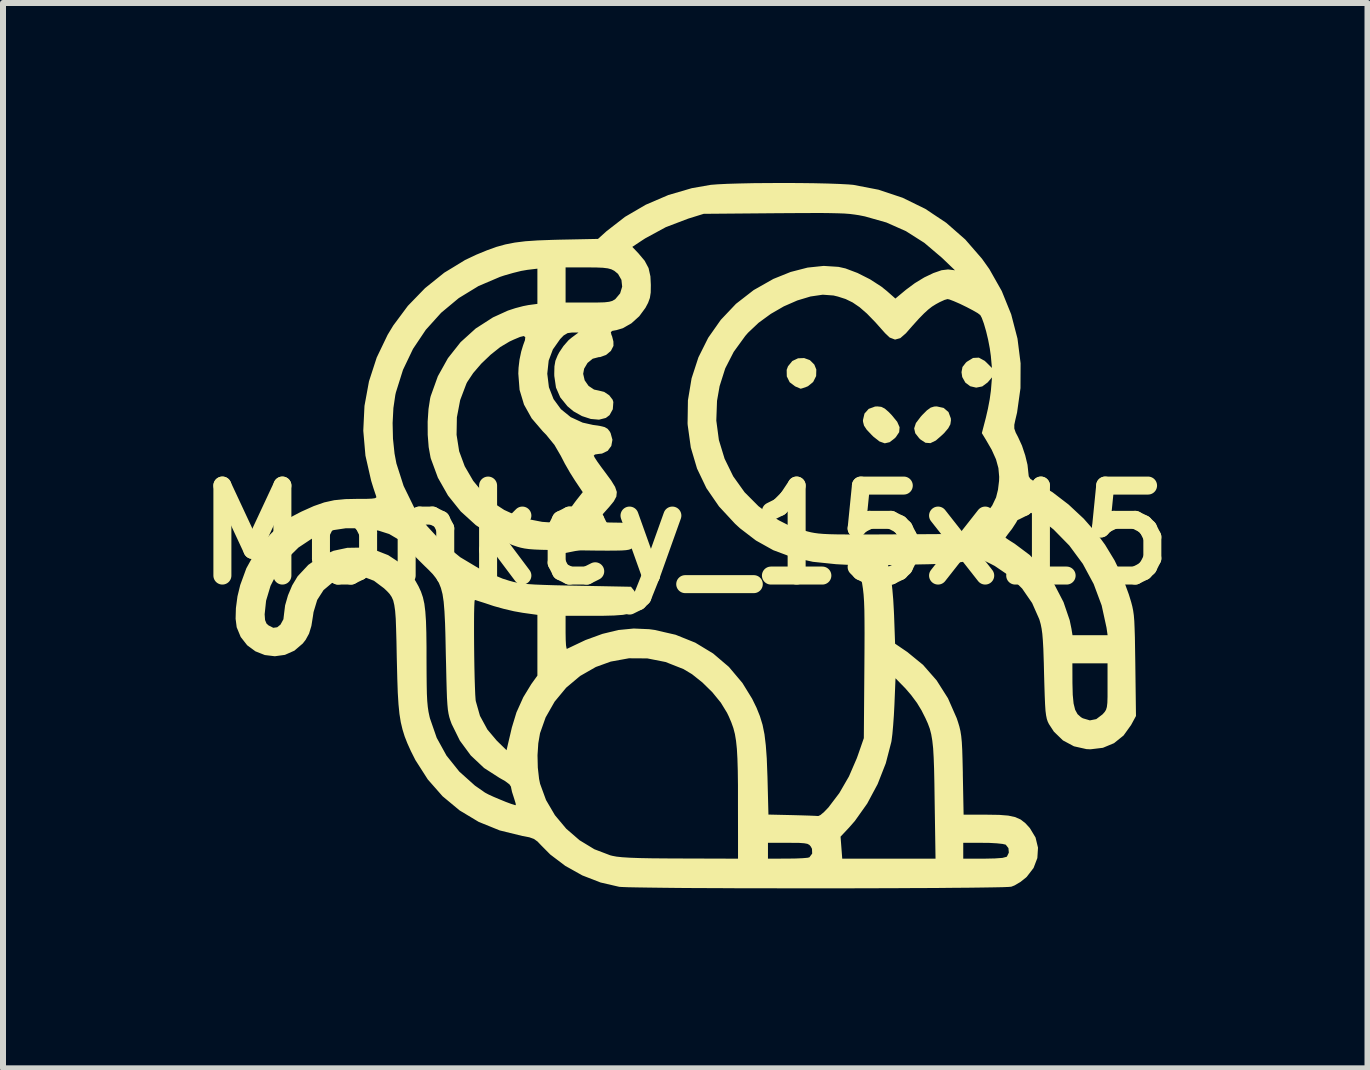
<source format=kicad_pcb>
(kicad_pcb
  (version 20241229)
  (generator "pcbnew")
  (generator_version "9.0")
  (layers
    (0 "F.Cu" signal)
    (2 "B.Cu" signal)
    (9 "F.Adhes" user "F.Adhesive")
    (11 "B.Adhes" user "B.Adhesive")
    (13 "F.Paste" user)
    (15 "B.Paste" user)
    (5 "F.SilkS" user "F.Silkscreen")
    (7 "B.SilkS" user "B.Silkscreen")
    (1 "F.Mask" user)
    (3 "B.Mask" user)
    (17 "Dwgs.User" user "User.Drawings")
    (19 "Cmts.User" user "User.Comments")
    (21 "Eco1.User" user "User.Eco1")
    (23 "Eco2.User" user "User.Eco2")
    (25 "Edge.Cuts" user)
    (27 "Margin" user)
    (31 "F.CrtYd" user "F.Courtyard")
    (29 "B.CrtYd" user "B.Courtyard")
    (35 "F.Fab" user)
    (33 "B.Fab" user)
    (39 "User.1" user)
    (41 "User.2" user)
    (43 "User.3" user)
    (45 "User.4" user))
  (footprint "Monkey_15x15"
    (layer "F.Cu")
    (at 8.371 5.865)
    (property "Reference" "Monkey_15x15" (at 0 0 0) (layer "F.SilkS") (effects (font (size 1.5 1.5) (thickness 0.3))))
    (attr board_only exclude_from_pos_files exclude_from_bom)
    (fp_poly (pts (xy 2.078 -2.912) (xy 2.152 -2.838) (xy 2.185 -2.756) (xy 2.182 -2.647) (xy 2.132 -2.548) (xy 2.046 -2.478) (xy 2.02 -2.467) (xy 1.957 -2.445) (xy 1.925 -2.436) (xy 1.924 -2.436) (xy 1.898 -2.447) (xy 1.839 -2.472) (xy 1.829 -2.477) (xy 1.741 -2.544) (xy 1.693 -2.641) (xy 1.691 -2.75) (xy 1.713 -2.81) (xy 1.785 -2.898) (xy 1.88 -2.943) (xy 1.982 -2.947)) (stroke (width 0) (type solid)) (fill yes) (layer "F.SilkS"))
    (fp_poly (pts (xy 3.267 -2.134) (xy 3.326 -2.105) (xy 3.395 -2.045) (xy 3.442 -1.996) (xy 3.533 -1.885) (xy 3.573 -1.794) (xy 3.566 -1.712) (xy 3.511 -1.63) (xy 3.493 -1.611) (xy 3.408 -1.545) (xy 3.326 -1.526) (xy 3.238 -1.557) (xy 3.135 -1.638) (xy 3.105 -1.668) (xy 3.024 -1.754) (xy 2.98 -1.821) (xy 2.964 -1.884) (xy 2.962 -1.912) (xy 2.988 -2.022) (xy 3.058 -2.1) (xy 3.164 -2.139) (xy 3.202 -2.141)) (stroke (width 0) (type solid)) (fill yes) (layer "F.SilkS"))
    (fp_poly (pts (xy 4.307 -2.116) (xy 4.388 -2.047) (xy 4.427 -1.942) (xy 4.429 -1.908) (xy 4.419 -1.842) (xy 4.384 -1.777) (xy 4.315 -1.696) (xy 4.286 -1.668) (xy 4.178 -1.573) (xy 4.087 -1.529) (xy 4.005 -1.535) (xy 3.922 -1.589) (xy 3.899 -1.611) (xy 3.834 -1.694) (xy 3.816 -1.775) (xy 3.845 -1.864) (xy 3.925 -1.969) (xy 3.949 -1.996) (xy 4.029 -2.076) (xy 4.091 -2.121) (xy 4.15 -2.139) (xy 4.193 -2.141)) (stroke (width 0) (type solid)) (fill yes) (layer "F.SilkS"))
    (fp_poly (pts (xy 1.902 -5.864) (xy 2.148 -5.861) (xy 2.373 -5.856) (xy 2.567 -5.849) (xy 2.719 -5.841) (xy 2.801 -5.834) (xy 3.222 -5.753) (xy 3.623 -5.619) (xy 4.001 -5.434) (xy 4.351 -5.201) (xy 4.668 -4.923) (xy 4.946 -4.603) (xy 5.069 -4.43) (xy 5.276 -4.064) (xy 5.433 -3.676) (xy 5.538 -3.272) (xy 5.59 -2.86) (xy 5.588 -2.446) (xy 5.531 -2.038) (xy 5.503 -1.92) (xy 5.485 -1.835) (xy 5.485 -1.772) (xy 5.508 -1.706) (xy 5.548 -1.629) (xy 5.613 -1.487) (xy 5.667 -1.325) (xy 5.705 -1.168) (xy 5.719 -1.037) (xy 5.719 -1.036) (xy 5.726 -0.975) (xy 5.753 -0.933) (xy 5.816 -0.891) (xy 5.859 -0.868) (xy 6.124 -0.709) (xy 6.39 -0.505) (xy 6.642 -0.27) (xy 6.866 -0.016) (xy 6.998 0.165) (xy 7.157 0.427) (xy 7.285 0.694) (xy 7.393 0.99) (xy 7.411 1.048) (xy 7.434 1.124) (xy 7.452 1.193) (xy 7.466 1.262) (xy 7.477 1.34) (xy 7.485 1.436) (xy 7.49 1.557) (xy 7.495 1.711) (xy 7.498 1.907) (xy 7.502 2.154) (xy 7.502 2.162) (xy 7.513 3.019) (xy 7.431 3.17) (xy 7.306 3.344) (xy 7.147 3.472) (xy 6.962 3.549) (xy 6.755 3.574) (xy 6.688 3.571) (xy 6.479 3.524) (xy 6.296 3.426) (xy 6.145 3.28) (xy 6.062 3.153) (xy 6.042 3.112) (xy 6.027 3.067) (xy 6.015 3.009) (xy 6.005 2.932) (xy 5.998 2.826) (xy 5.992 2.683) (xy 5.986 2.496) (xy 5.981 2.317) (xy 5.977 2.141) (xy 6.453 2.141) (xy 6.454 2.471) (xy 6.459 2.665) (xy 6.473 2.81) (xy 6.499 2.915) (xy 6.539 2.988) (xy 6.596 3.039) (xy 6.627 3.057) (xy 6.745 3.092) (xy 6.851 3.071) (xy 6.954 2.993) (xy 6.959 2.988) (xy 6.992 2.951) (xy 7.014 2.915) (xy 7.028 2.868) (xy 7.036 2.799) (xy 7.039 2.695) (xy 7.039 2.546) (xy 7.039 2.522) (xy 7.039 2.141) (xy 6.746 2.141) (xy 6.453 2.141) (xy 5.977 2.141) (xy 5.975 2.085) (xy 5.969 1.902) (xy 5.961 1.76) (xy 5.952 1.65) (xy 5.94 1.563) (xy 5.925 1.489) (xy 5.906 1.421) (xy 5.9 1.403) (xy 5.782 1.136) (xy 5.616 0.895) (xy 5.406 0.686) (xy 5.159 0.518) (xy 5.09 0.482) (xy 4.877 0.377) (xy 4.719 0.427) (xy 4.643 0.447) (xy 4.546 0.462) (xy 4.419 0.474) (xy 4.254 0.483) (xy 4.041 0.49) (xy 3.971 0.491) (xy 3.381 0.504) (xy 3.422 0.685) (xy 3.438 0.778) (xy 3.453 0.915) (xy 3.467 1.079) (xy 3.477 1.256) (xy 3.481 1.339) (xy 3.498 1.814) (xy 3.701 1.952) (xy 3.963 2.166) (xy 4.19 2.425) (xy 4.379 2.723) (xy 4.525 3.055) (xy 4.548 3.124) (xy 4.57 3.197) (xy 4.587 3.27) (xy 4.6 3.352) (xy 4.61 3.453) (xy 4.617 3.582) (xy 4.622 3.749) (xy 4.627 3.964) (xy 4.627 3.996) (xy 4.64 4.664) (xy 5.034 4.664) (xy 5.233 4.667) (xy 5.384 4.679) (xy 5.5 4.704) (xy 5.592 4.745) (xy 5.67 4.806) (xy 5.744 4.887) (xy 5.839 5.044) (xy 5.88 5.214) (xy 5.869 5.387) (xy 5.806 5.552) (xy 5.693 5.699) (xy 5.678 5.713) (xy 5.586 5.786) (xy 5.489 5.843) (xy 5.435 5.864) (xy 5.391 5.868) (xy 5.292 5.872) (xy 5.144 5.875) (xy 4.952 5.878) (xy 4.72 5.881) (xy 4.452 5.883) (xy 4.154 5.886) (xy 3.83 5.887) (xy 3.485 5.889) (xy 3.123 5.89) (xy 2.749 5.891) (xy 2.368 5.891) (xy 1.985 5.891) (xy 1.604 5.891) (xy 1.23 5.89) (xy 0.867 5.89) (xy 0.521 5.888) (xy 0.195 5.887) (xy -0.104 5.885) (xy -0.374 5.882) (xy -0.609 5.879) (xy -0.804 5.876) (xy -0.954 5.873) (xy -1.056 5.869) (xy -1.1 5.866) (xy -1.411 5.794) (xy -1.715 5.676) (xy -1.998 5.518) (xy -2.249 5.328) (xy -2.397 5.179) (xy -2.462 5.111) (xy -2.522 5.068) (xy -2.597 5.041) (xy -2.708 5.019) (xy -2.713 5.019) (xy -3.092 4.926) (xy -3.442 4.784) (xy -3.76 4.593) (xy -4.044 4.357) (xy -4.291 4.076) (xy -4.497 3.754) (xy -4.573 3.603) (xy -4.63 3.477) (xy -4.676 3.36) (xy -4.712 3.244) (xy -4.741 3.122) (xy -4.763 2.985) (xy -4.779 2.824) (xy -4.791 2.632) (xy -4.799 2.4) (xy -4.806 2.119) (xy -4.808 2.038) (xy -4.813 1.775) (xy -4.819 1.564) (xy -4.825 1.397) (xy -4.835 1.267) (xy -4.849 1.169) (xy -4.867 1.093) (xy -4.893 1.035) (xy -4.926 0.986) (xy -4.969 0.939) (xy -5.02 0.891) (xy -5.188 0.765) (xy -5.365 0.697) (xy -5.552 0.687) (xy -5.694 0.714) (xy -5.882 0.797) (xy -6.029 0.921) (xy -6.134 1.085) (xy -6.195 1.287) (xy -6.204 1.349) (xy -6.231 1.518) (xy -6.27 1.646) (xy -6.327 1.75) (xy -6.375 1.811) (xy -6.514 1.93) (xy -6.672 2) (xy -6.84 2.023) (xy -7.007 2.003) (xy -7.164 1.941) (xy -7.301 1.84) (xy -7.409 1.702) (xy -7.476 1.54) (xy -7.494 1.398) (xy -7.492 1.324) (xy -7.01 1.324) (xy -7.003 1.42) (xy -6.979 1.478) (xy -6.945 1.509) (xy -6.866 1.549) (xy -6.801 1.54) (xy -6.746 1.496) (xy -6.697 1.406) (xy -6.687 1.32) (xy -6.669 1.175) (xy -6.621 1.008) (xy -6.551 0.842) (xy -6.466 0.7) (xy -6.457 0.687) (xy -6.282 0.5) (xy -6.082 0.36) (xy -5.862 0.265) (xy -5.632 0.216) (xy -5.398 0.212) (xy -5.169 0.253) (xy -4.951 0.338) (xy -4.753 0.468) (xy -4.582 0.642) (xy -4.496 0.767) (xy -4.445 0.858) (xy -4.404 0.947) (xy -4.372 1.041) (xy -4.348 1.148) (xy -4.332 1.277) (xy -4.321 1.436) (xy -4.315 1.631) (xy -4.312 1.873) (xy -4.312 2.055) (xy -4.311 2.299) (xy -4.309 2.494) (xy -4.306 2.648) (xy -4.3 2.769) (xy -4.291 2.866) (xy -4.279 2.948) (xy -4.263 3.024) (xy -4.255 3.057) (xy -4.142 3.383) (xy -3.979 3.679) (xy -3.766 3.945) (xy -3.505 4.179) (xy -3.337 4.296) (xy -3.281 4.326) (xy -3.194 4.366) (xy -3.092 4.409) (xy -2.99 4.451) (xy -2.901 4.484) (xy -2.841 4.503) (xy -2.823 4.505) (xy -2.827 4.475) (xy -2.847 4.409) (xy -2.859 4.371) (xy -2.887 4.284) (xy -2.902 4.214) (xy -2.904 4.198) (xy -2.93 4.158) (xy -3.002 4.104) (xy -3.097 4.05) (xy -3.352 3.886) (xy -3.574 3.677) (xy -3.577 3.673) (xy -2.462 3.673) (xy -2.457 3.879) (xy -2.436 4.067) (xy -2.419 4.149) (xy -2.32 4.42) (xy -2.172 4.672) (xy -1.983 4.898) (xy -1.761 5.09) (xy -1.514 5.24) (xy -1.249 5.341) (xy -1.213 5.35) (xy -1.144 5.363) (xy -1.049 5.373) (xy -0.923 5.381) (xy -0.758 5.387) (xy -0.551 5.391) (xy -0.295 5.393) (xy -0.081 5.394) (xy 0.88 5.397) (xy 0.88 5.133) (xy 1.379 5.133) (xy 1.379 5.265) (xy 1.379 5.397) (xy 1.708 5.396) (xy 1.844 5.394) (xy 1.958 5.389) (xy 2.038 5.382) (xy 2.07 5.374) (xy 2.116 5.312) (xy 2.113 5.233) (xy 2.093 5.195) (xy 2.07 5.168) (xy 2.037 5.15) (xy 1.983 5.14) (xy 1.898 5.134) (xy 1.768 5.133) (xy 1.714 5.133) (xy 1.379 5.133) (xy 0.88 5.133) (xy 0.88 5.03) (xy 2.589 5.03) (xy 2.603 5.213) (xy 2.617 5.397) (xy 3.395 5.397) (xy 4.172 5.397) (xy 4.168 5.133) (xy 4.634 5.133) (xy 4.634 5.265) (xy 4.634 5.397) (xy 4.98 5.397) (xy 5.162 5.393) (xy 5.287 5.384) (xy 5.353 5.367) (xy 5.362 5.362) (xy 5.394 5.296) (xy 5.387 5.221) (xy 5.344 5.166) (xy 5.34 5.163) (xy 5.288 5.151) (xy 5.193 5.141) (xy 5.068 5.134) (xy 4.959 5.133) (xy 4.634 5.133) (xy 4.168 5.133) (xy 4.157 4.422) (xy 4.153 4.136) (xy 4.148 3.901) (xy 4.141 3.71) (xy 4.132 3.555) (xy 4.118 3.428) (xy 4.1 3.322) (xy 4.076 3.23) (xy 4.044 3.144) (xy 4.004 3.055) (xy 3.955 2.958) (xy 3.939 2.926) (xy 3.863 2.801) (xy 3.764 2.668) (xy 3.67 2.559) (xy 3.505 2.39) (xy 3.487 2.83) (xy 3.478 3.003) (xy 3.466 3.171) (xy 3.453 3.319) (xy 3.439 3.429) (xy 3.435 3.452) (xy 3.343 3.807) (xy 3.207 4.154) (xy 3.033 4.479) (xy 2.828 4.768) (xy 2.73 4.88) (xy 2.589 5.03) (xy 0.88 5.03) (xy 0.879 4.466) (xy 0.879 4.172) (xy 0.876 3.929) (xy 0.87 3.73) (xy 0.861 3.567) (xy 0.847 3.433) (xy 0.828 3.319) (xy 0.802 3.219) (xy 0.768 3.124) (xy 0.727 3.028) (xy 0.696 2.964) (xy 0.593 2.796) (xy 0.452 2.623) (xy 0.286 2.46) (xy 0.113 2.322) (xy -0.029 2.237) (xy -0.328 2.119) (xy -0.632 2.059) (xy -0.938 2.057) (xy -1.241 2.112) (xy -1.49 2.202) (xy -1.752 2.352) (xy -1.984 2.547) (xy -2.177 2.78) (xy -2.327 3.043) (xy -2.42 3.306) (xy -2.449 3.474) (xy -2.462 3.673) (xy -3.577 3.673) (xy -3.756 3.43) (xy -3.892 3.154) (xy -3.894 3.149) (xy -3.915 3.092) (xy -3.932 3.038) (xy -3.945 2.981) (xy -3.956 2.913) (xy -3.964 2.827) (xy -3.971 2.716) (xy -3.976 2.572) (xy -3.981 2.388) (xy -3.986 2.157) (xy -3.99 2.009) (xy -3.996 1.715) (xy -3.998 1.633) (xy -3.52 1.633) (xy -3.519 1.821) (xy -3.517 2.014) (xy -3.514 2.203) (xy -3.51 2.38) (xy -3.505 2.535) (xy -3.5 2.66) (xy -3.494 2.747) (xy -3.491 2.77) (xy -3.421 3.017) (xy -3.297 3.245) (xy -3.141 3.43) (xy -2.978 3.589) (xy -2.958 3.503) (xy -2.941 3.43) (xy -2.916 3.324) (xy -2.89 3.212) (xy -2.813 2.959) (xy -2.699 2.706) (xy -2.566 2.488) (xy -2.464 2.346) (xy -2.464 1.84) (xy -2.464 1.333) (xy -2.709 1.299) (xy -2.855 1.273) (xy -3.025 1.233) (xy -3.187 1.188) (xy -3.224 1.176) (xy -3.34 1.137) (xy -3.435 1.107) (xy -3.493 1.088) (xy -3.507 1.085) (xy -3.512 1.113) (xy -3.516 1.191) (xy -3.519 1.309) (xy -3.52 1.459) (xy -3.52 1.633) (xy -3.998 1.633) (xy -4.003 1.473) (xy -4.013 1.275) (xy -4.026 1.116) (xy -4.045 0.988) (xy -4.072 0.885) (xy -4.106 0.8) (xy -4.152 0.725) (xy -4.208 0.654) (xy -4.279 0.581) (xy -4.334 0.528) (xy -4.442 0.421) (xy -4.552 0.308) (xy -4.645 0.209) (xy -4.664 0.188) (xy -4.789 0.071) (xy -4.934 -0.014) (xy -5.109 -0.07) (xy -5.325 -0.103) (xy -5.428 -0.11) (xy -5.658 -0.11) (xy -5.859 -0.08) (xy -6.055 -0.016) (xy -6.232 0.069) (xy -6.446 0.211) (xy -6.634 0.396) (xy -6.792 0.613) (xy -6.912 0.85) (xy -6.986 1.097) (xy -7.01 1.324) (xy -7.492 1.324) (xy -7.489 1.221) (xy -7.463 1.025) (xy -7.417 0.836) (xy -7.315 0.557) (xy -7.179 0.311) (xy -7 0.081) (xy -6.906 -0.019) (xy -6.782 -0.139) (xy -6.675 -0.228) (xy -6.565 -0.3) (xy -6.432 -0.37) (xy -6.392 -0.39) (xy -6.191 -0.48) (xy -6.017 -0.541) (xy -5.849 -0.578) (xy -5.664 -0.596) (xy -5.462 -0.6) (xy -5.318 -0.6) (xy -5.224 -0.604) (xy -5.171 -0.611) (xy -5.149 -0.624) (xy -5.151 -0.644) (xy -5.151 -0.644) (xy -5.168 -0.693) (xy -5.197 -0.78) (xy -5.231 -0.89) (xy -5.237 -0.912) (xy -5.33 -1.321) (xy -5.366 -1.736) (xy -5.36 -1.864) (xy -4.877 -1.864) (xy -4.871 -1.603) (xy -4.845 -1.355) (xy -4.814 -1.191) (xy -4.694 -0.816) (xy -4.524 -0.468) (xy -4.307 -0.151) (xy -4.048 0.13) (xy -3.749 0.373) (xy -3.413 0.574) (xy -3.045 0.729) (xy -2.928 0.766) (xy -2.861 0.784) (xy -2.793 0.799) (xy -2.717 0.811) (xy -2.623 0.82) (xy -2.505 0.828) (xy -2.355 0.834) (xy -2.165 0.84) (xy -1.927 0.845) (xy -1.809 0.847) (xy -0.904 0.865) (xy -0.848 0.934) (xy -0.806 1.013) (xy -0.792 1.086) (xy -0.797 1.169) (xy -0.818 1.233) (xy -0.86 1.28) (xy -0.931 1.313) (xy -1.037 1.333) (xy -1.185 1.344) (xy -1.381 1.349) (xy -1.494 1.349) (xy -1.994 1.349) (xy -1.994 1.63) (xy -1.992 1.749) (xy -1.987 1.84) (xy -1.978 1.893) (xy -1.972 1.9) (xy -1.662 1.753) (xy -1.379 1.65) (xy -1.115 1.586) (xy -0.859 1.561) (xy -0.602 1.572) (xy -0.513 1.584) (xy -0.16 1.665) (xy 0.168 1.797) (xy 0.465 1.977) (xy 0.728 2.201) (xy 0.953 2.468) (xy 1.115 2.731) (xy 1.188 2.88) (xy 1.245 3.022) (xy 1.289 3.166) (xy 1.321 3.324) (xy 1.343 3.507) (xy 1.359 3.724) (xy 1.369 3.987) (xy 1.371 4.039) (xy 1.387 4.662) (xy 1.786 4.671) (xy 1.935 4.675) (xy 2.064 4.679) (xy 2.161 4.683) (xy 2.214 4.686) (xy 2.219 4.686) (xy 2.255 4.669) (xy 2.315 4.618) (xy 2.387 4.543) (xy 2.39 4.539) (xy 2.569 4.303) (xy 2.729 4.026) (xy 2.86 3.723) (xy 2.878 3.673) (xy 2.977 3.388) (xy 2.986 2.204) (xy 2.988 1.896) (xy 2.989 1.64) (xy 2.988 1.429) (xy 2.986 1.256) (xy 2.981 1.114) (xy 2.973 0.996) (xy 2.962 0.897) (xy 2.948 0.807) (xy 2.93 0.722) (xy 2.908 0.634) (xy 2.903 0.613) (xy 2.875 0.508) (xy 2.515 0.489) (xy 2.128 0.449) (xy 1.781 0.372) (xy 1.467 0.255) (xy 1.179 0.094) (xy 1.116 0.046) (xy 5.338 0.046) (xy 5.361 0.064) (xy 5.42 0.103) (xy 5.49 0.147) (xy 5.74 0.334) (xy 5.964 0.565) (xy 6.155 0.831) (xy 6.305 1.12) (xy 6.408 1.422) (xy 6.437 1.562) (xy 6.455 1.672) (xy 6.748 1.672) (xy 7.04 1.672) (xy 7.022 1.547) (xy 6.941 1.176) (xy 6.808 0.819) (xy 6.627 0.483) (xy 6.402 0.178) (xy 6.139 -0.09) (xy 5.939 -0.249) (xy 5.816 -0.335) (xy 5.732 -0.39) (xy 5.675 -0.414) (xy 5.637 -0.409) (xy 5.609 -0.378) (xy 5.579 -0.32) (xy 5.574 -0.31) (xy 5.514 -0.203) (xy 5.444 -0.096) (xy 5.424 -0.071) (xy 5.374 -0.006) (xy 5.343 0.037) (xy 5.338 0.046) (xy 1.116 0.046) (xy 0.91 -0.112) (xy 0.829 -0.187) (xy 0.563 -0.474) (xy 0.353 -0.779) (xy 0.197 -1.105) (xy 0.093 -1.456) (xy 0.041 -1.832) (xy 0.039 -1.862) (xy 0.04 -1.905) (xy 0.518 -1.905) (xy 0.561 -1.581) (xy 0.656 -1.27) (xy 0.799 -0.977) (xy 0.989 -0.711) (xy 1.221 -0.478) (xy 1.403 -0.341) (xy 1.561 -0.242) (xy 1.705 -0.169) (xy 1.858 -0.11) (xy 2.038 -0.057) (xy 2.095 -0.043) (xy 2.154 -0.032) (xy 2.221 -0.023) (xy 2.304 -0.016) (xy 2.408 -0.011) (xy 2.541 -0.008) (xy 2.708 -0.007) (xy 2.915 -0.006) (xy 3.17 -0.007) (xy 3.402 -0.008) (xy 4.561 -0.015) (xy 4.711 -0.094) (xy 4.863 -0.197) (xy 5.004 -0.335) (xy 5.117 -0.49) (xy 5.181 -0.624) (xy 5.213 -0.752) (xy 5.231 -0.9) (xy 5.233 -0.968) (xy 5.22 -1.113) (xy 5.18 -1.259) (xy 5.108 -1.419) (xy 5.01 -1.588) (xy 4.944 -1.696) (xy 5.011 -1.953) (xy 5.045 -2.101) (xy 5.075 -2.259) (xy 5.094 -2.397) (xy 5.096 -2.417) (xy 5.113 -2.625) (xy 5.041 -2.541) (xy 4.951 -2.474) (xy 4.85 -2.454) (xy 4.751 -2.477) (xy 4.669 -2.538) (xy 4.617 -2.631) (xy 4.605 -2.712) (xy 4.621 -2.798) (xy 4.678 -2.871) (xy 4.695 -2.886) (xy 4.798 -2.949) (xy 4.894 -2.954) (xy 4.991 -2.901) (xy 5.022 -2.872) (xy 5.112 -2.782) (xy 5.094 -2.982) (xy 5.076 -3.11) (xy 5.049 -3.252) (xy 5.015 -3.394) (xy 4.978 -3.521) (xy 4.943 -3.617) (xy 4.918 -3.663) (xy 4.875 -3.696) (xy 4.793 -3.743) (xy 4.69 -3.797) (xy 4.579 -3.851) (xy 4.478 -3.895) (xy 4.402 -3.924) (xy 4.372 -3.93) (xy 4.322 -3.916) (xy 4.243 -3.88) (xy 4.18 -3.846) (xy 4.114 -3.805) (xy 4.05 -3.755) (xy 3.979 -3.69) (xy 3.893 -3.602) (xy 3.784 -3.481) (xy 3.678 -3.36) (xy 3.585 -3.279) (xy 3.497 -3.255) (xy 3.408 -3.289) (xy 3.332 -3.361) (xy 3.168 -3.545) (xy 3.029 -3.688) (xy 2.906 -3.795) (xy 2.79 -3.874) (xy 2.673 -3.931) (xy 2.545 -3.972) (xy 2.471 -3.99) (xy 2.292 -4.003) (xy 2.087 -3.973) (xy 1.868 -3.907) (xy 1.644 -3.809) (xy 1.426 -3.683) (xy 1.223 -3.535) (xy 1.047 -3.369) (xy 1.001 -3.316) (xy 0.808 -3.05) (xy 0.667 -2.775) (xy 0.573 -2.479) (xy 0.53 -2.234) (xy 0.518 -1.905) (xy 0.04 -1.905) (xy 0.045 -2.242) (xy 0.106 -2.609) (xy 0.22 -2.959) (xy 0.383 -3.285) (xy 0.593 -3.584) (xy 0.846 -3.851) (xy 1.141 -4.08) (xy 1.469 -4.266) (xy 1.757 -4.382) (xy 2.04 -4.455) (xy 2.308 -4.483) (xy 2.555 -4.467) (xy 2.671 -4.441) (xy 2.872 -4.365) (xy 3.08 -4.26) (xy 3.269 -4.138) (xy 3.359 -4.066) (xy 3.503 -3.939) (xy 3.68 -4.086) (xy 3.828 -4.196) (xy 3.984 -4.291) (xy 4.137 -4.364) (xy 4.273 -4.411) (xy 4.38 -4.424) (xy 4.389 -4.423) (xy 4.496 -4.41) (xy 4.279 -4.618) (xy 3.986 -4.867) (xy 3.679 -5.062) (xy 3.352 -5.207) (xy 2.995 -5.308) (xy 2.97 -5.313) (xy 2.895 -5.328) (xy 2.822 -5.339) (xy 2.743 -5.349) (xy 2.653 -5.356) (xy 2.544 -5.36) (xy 2.411 -5.363) (xy 2.245 -5.365) (xy 2.04 -5.364) (xy 1.791 -5.363) (xy 1.497 -5.361) (xy 0.308 -5.351) (xy 0.05 -5.271) (xy -0.323 -5.129) (xy -0.667 -4.942) (xy -0.724 -4.905) (xy -0.882 -4.8) (xy -0.782 -4.695) (xy -0.676 -4.569) (xy -0.611 -4.447) (xy -0.58 -4.308) (xy -0.573 -4.165) (xy -0.575 -4.04) (xy -0.589 -3.949) (xy -0.619 -3.867) (xy -0.663 -3.784) (xy -0.766 -3.644) (xy -0.897 -3.526) (xy -1.041 -3.444) (xy -1.145 -3.413) (xy -1.216 -3.4) (xy -1.24 -3.379) (xy -1.23 -3.334) (xy -1.219 -3.309) (xy -1.197 -3.223) (xy -1.196 -3.15) (xy -1.239 -3.066) (xy -1.319 -2.999) (xy -1.417 -2.964) (xy -1.443 -2.962) (xy -1.542 -2.936) (xy -1.628 -2.866) (xy -1.685 -2.77) (xy -1.701 -2.684) (xy -1.676 -2.576) (xy -1.611 -2.483) (xy -1.52 -2.422) (xy -1.441 -2.405) (xy -1.351 -2.383) (xy -1.267 -2.327) (xy -1.21 -2.253) (xy -1.198 -2.214) (xy -1.207 -2.094) (xy -1.261 -1.996) (xy -1.323 -1.949) (xy -1.437 -1.92) (xy -1.574 -1.932) (xy -1.721 -1.98) (xy -1.863 -2.06) (xy -1.963 -2.144) (xy -2.083 -2.292) (xy -2.154 -2.455) (xy -2.182 -2.647) (xy -2.183 -2.684) (xy -2.18 -2.808) (xy -2.164 -2.901) (xy -2.127 -2.991) (xy -2.099 -3.044) (xy -2.029 -3.148) (xy -1.945 -3.244) (xy -1.895 -3.286) (xy -1.778 -3.373) (xy -1.883 -3.373) (xy -1.96 -3.363) (xy -2.026 -3.324) (xy -2.084 -3.264) (xy -2.206 -3.091) (xy -2.276 -2.904) (xy -2.299 -2.689) (xy -2.299 -2.684) (xy -2.272 -2.461) (xy -2.195 -2.263) (xy -2.072 -2.095) (xy -1.908 -1.962) (xy -1.71 -1.871) (xy -1.54 -1.833) (xy -1.419 -1.815) (xy -1.342 -1.796) (xy -1.294 -1.768) (xy -1.26 -1.726) (xy -1.244 -1.697) (xy -1.213 -1.585) (xy -1.232 -1.482) (xy -1.292 -1.401) (xy -1.387 -1.355) (xy -1.444 -1.349) (xy -1.503 -1.34) (xy -1.525 -1.321) (xy -1.508 -1.287) (xy -1.463 -1.218) (xy -1.396 -1.125) (xy -1.337 -1.046) (xy -1.234 -0.906) (xy -1.169 -0.8) (xy -1.14 -0.715) (xy -1.148 -0.638) (xy -1.191 -0.558) (xy -1.269 -0.463) (xy -1.304 -0.424) (xy -1.379 -0.34) (xy -1.436 -0.272) (xy -1.464 -0.232) (xy -1.466 -0.227) (xy -1.439 -0.218) (xy -1.367 -0.21) (xy -1.262 -0.206) (xy -1.206 -0.205) (xy -1.074 -0.203) (xy -0.984 -0.195) (xy -0.923 -0.178) (xy -0.874 -0.149) (xy -0.869 -0.145) (xy -0.807 -0.062) (xy -0.789 0.04) (xy -0.816 0.142) (xy -0.862 0.202) (xy -0.883 0.221) (xy -0.907 0.236) (xy -0.939 0.247) (xy -0.987 0.255) (xy -1.058 0.26) (xy -1.157 0.262) (xy -1.293 0.263) (xy -1.472 0.262) (xy -1.7 0.259) (xy -1.793 0.258) (xy -2.041 0.255) (xy -2.237 0.252) (xy -2.392 0.249) (xy -2.511 0.244) (xy -2.603 0.237) (xy -2.677 0.227) (xy -2.74 0.214) (xy -2.8 0.197) (xy -2.865 0.175) (xy -2.889 0.166) (xy -3.204 0.026) (xy -3.49 -0.162) (xy -3.742 -0.391) (xy -3.954 -0.656) (xy -4.122 -0.952) (xy -4.24 -1.272) (xy -4.245 -1.291) (xy -4.276 -1.462) (xy -4.292 -1.668) (xy -4.292 -1.668) (xy -3.811 -1.668) (xy -3.768 -1.394) (xy -3.675 -1.143) (xy -3.534 -0.901) (xy -3.354 -0.683) (xy -3.147 -0.5) (xy -3.016 -0.415) (xy -2.826 -0.328) (xy -2.607 -0.26) (xy -2.385 -0.217) (xy -2.244 -0.207) (xy -2.068 -0.205) (xy -1.987 -0.334) (xy -1.917 -0.438) (xy -1.836 -0.549) (xy -1.807 -0.587) (xy -1.708 -0.712) (xy -1.838 -0.906) (xy -1.92 -1.036) (xy -2.006 -1.186) (xy -2.073 -1.316) (xy -2.179 -1.498) (xy -2.318 -1.669) (xy -2.375 -1.727) (xy -2.559 -1.942) (xy -2.687 -2.171) (xy -2.761 -2.417) (xy -2.782 -2.688) (xy -2.778 -2.785) (xy -2.762 -2.921) (xy -2.733 -3.058) (xy -2.702 -3.16) (xy -2.671 -3.246) (xy -2.666 -3.296) (xy -2.691 -3.314) (xy -2.753 -3.299) (xy -2.858 -3.255) (xy -2.929 -3.222) (xy -3.082 -3.131) (xy -3.243 -3.003) (xy -3.399 -2.854) (xy -3.534 -2.697) (xy -3.634 -2.547) (xy -3.648 -2.519) (xy -3.751 -2.247) (xy -3.806 -1.958) (xy -3.811 -1.668) (xy -4.292 -1.668) (xy -4.293 -1.887) (xy -4.279 -2.097) (xy -4.251 -2.278) (xy -4.242 -2.313) (xy -4.123 -2.644) (xy -3.955 -2.945) (xy -3.744 -3.212) (xy -3.492 -3.44) (xy -3.204 -3.625) (xy -2.956 -3.738) (xy -2.831 -3.779) (xy -2.701 -3.813) (xy -2.614 -3.83) (xy -2.464 -3.85) (xy -2.464 -4.143) (xy -2.464 -4.437) (xy -2.632 -4.417) (xy -2.736 -4.399) (xy -2.872 -4.365) (xy -3.018 -4.323) (xy -3.087 -4.3) (xy -3.446 -4.147) (xy -3.775 -3.946) (xy -4.068 -3.702) (xy -4.324 -3.418) (xy -4.537 -3.1) (xy -4.704 -2.751) (xy -4.822 -2.376) (xy -4.832 -2.332) (xy -4.864 -2.114) (xy -4.877 -1.864) (xy -5.36 -1.864) (xy -5.346 -2.15) (xy -5.271 -2.559) (xy -5.142 -2.956) (xy -4.96 -3.335) (xy -4.866 -3.49) (xy -4.623 -3.817) (xy -4.336 -4.113) (xy -4.016 -4.37) (xy -3.871 -4.458) (xy -1.994 -4.458) (xy -1.994 -4.165) (xy -1.994 -3.872) (xy -1.617 -3.872) (xy -1.458 -3.873) (xy -1.346 -3.876) (xy -1.269 -3.885) (xy -1.217 -3.899) (xy -1.178 -3.921) (xy -1.165 -3.93) (xy -1.085 -4.025) (xy -1.051 -4.137) (xy -1.063 -4.25) (xy -1.12 -4.35) (xy -1.182 -4.401) (xy -1.231 -4.426) (xy -1.29 -4.442) (xy -1.371 -4.452) (xy -1.487 -4.457) (xy -1.635 -4.458) (xy -1.994 -4.458) (xy -3.871 -4.458) (xy -3.67 -4.581) (xy -3.482 -4.67) (xy -3.307 -4.742) (xy -3.15 -4.799) (xy -2.998 -4.841) (xy -2.84 -4.872) (xy -2.664 -4.894) (xy -2.458 -4.908) (xy -2.21 -4.917) (xy -2.098 -4.92) (xy -1.454 -4.933) (xy -1.311 -5.062) (xy -1.003 -5.301) (xy -0.657 -5.503) (xy -0.282 -5.664) (xy 0.111 -5.779) (xy 0.425 -5.834) (xy 0.54 -5.843) (xy 0.704 -5.851) (xy 0.906 -5.857) (xy 1.137 -5.862) (xy 1.387 -5.864) (xy 1.645 -5.865)) (stroke (width 0) (type solid)) (fill yes) (layer "F.SilkS")))
  (gr_rect
    (start -3 -3)
    (end 19.743 14.756)
    (stroke (width 0.1) (type default))
    (fill no)
    (layer "Edge.Cuts")))
</source>
